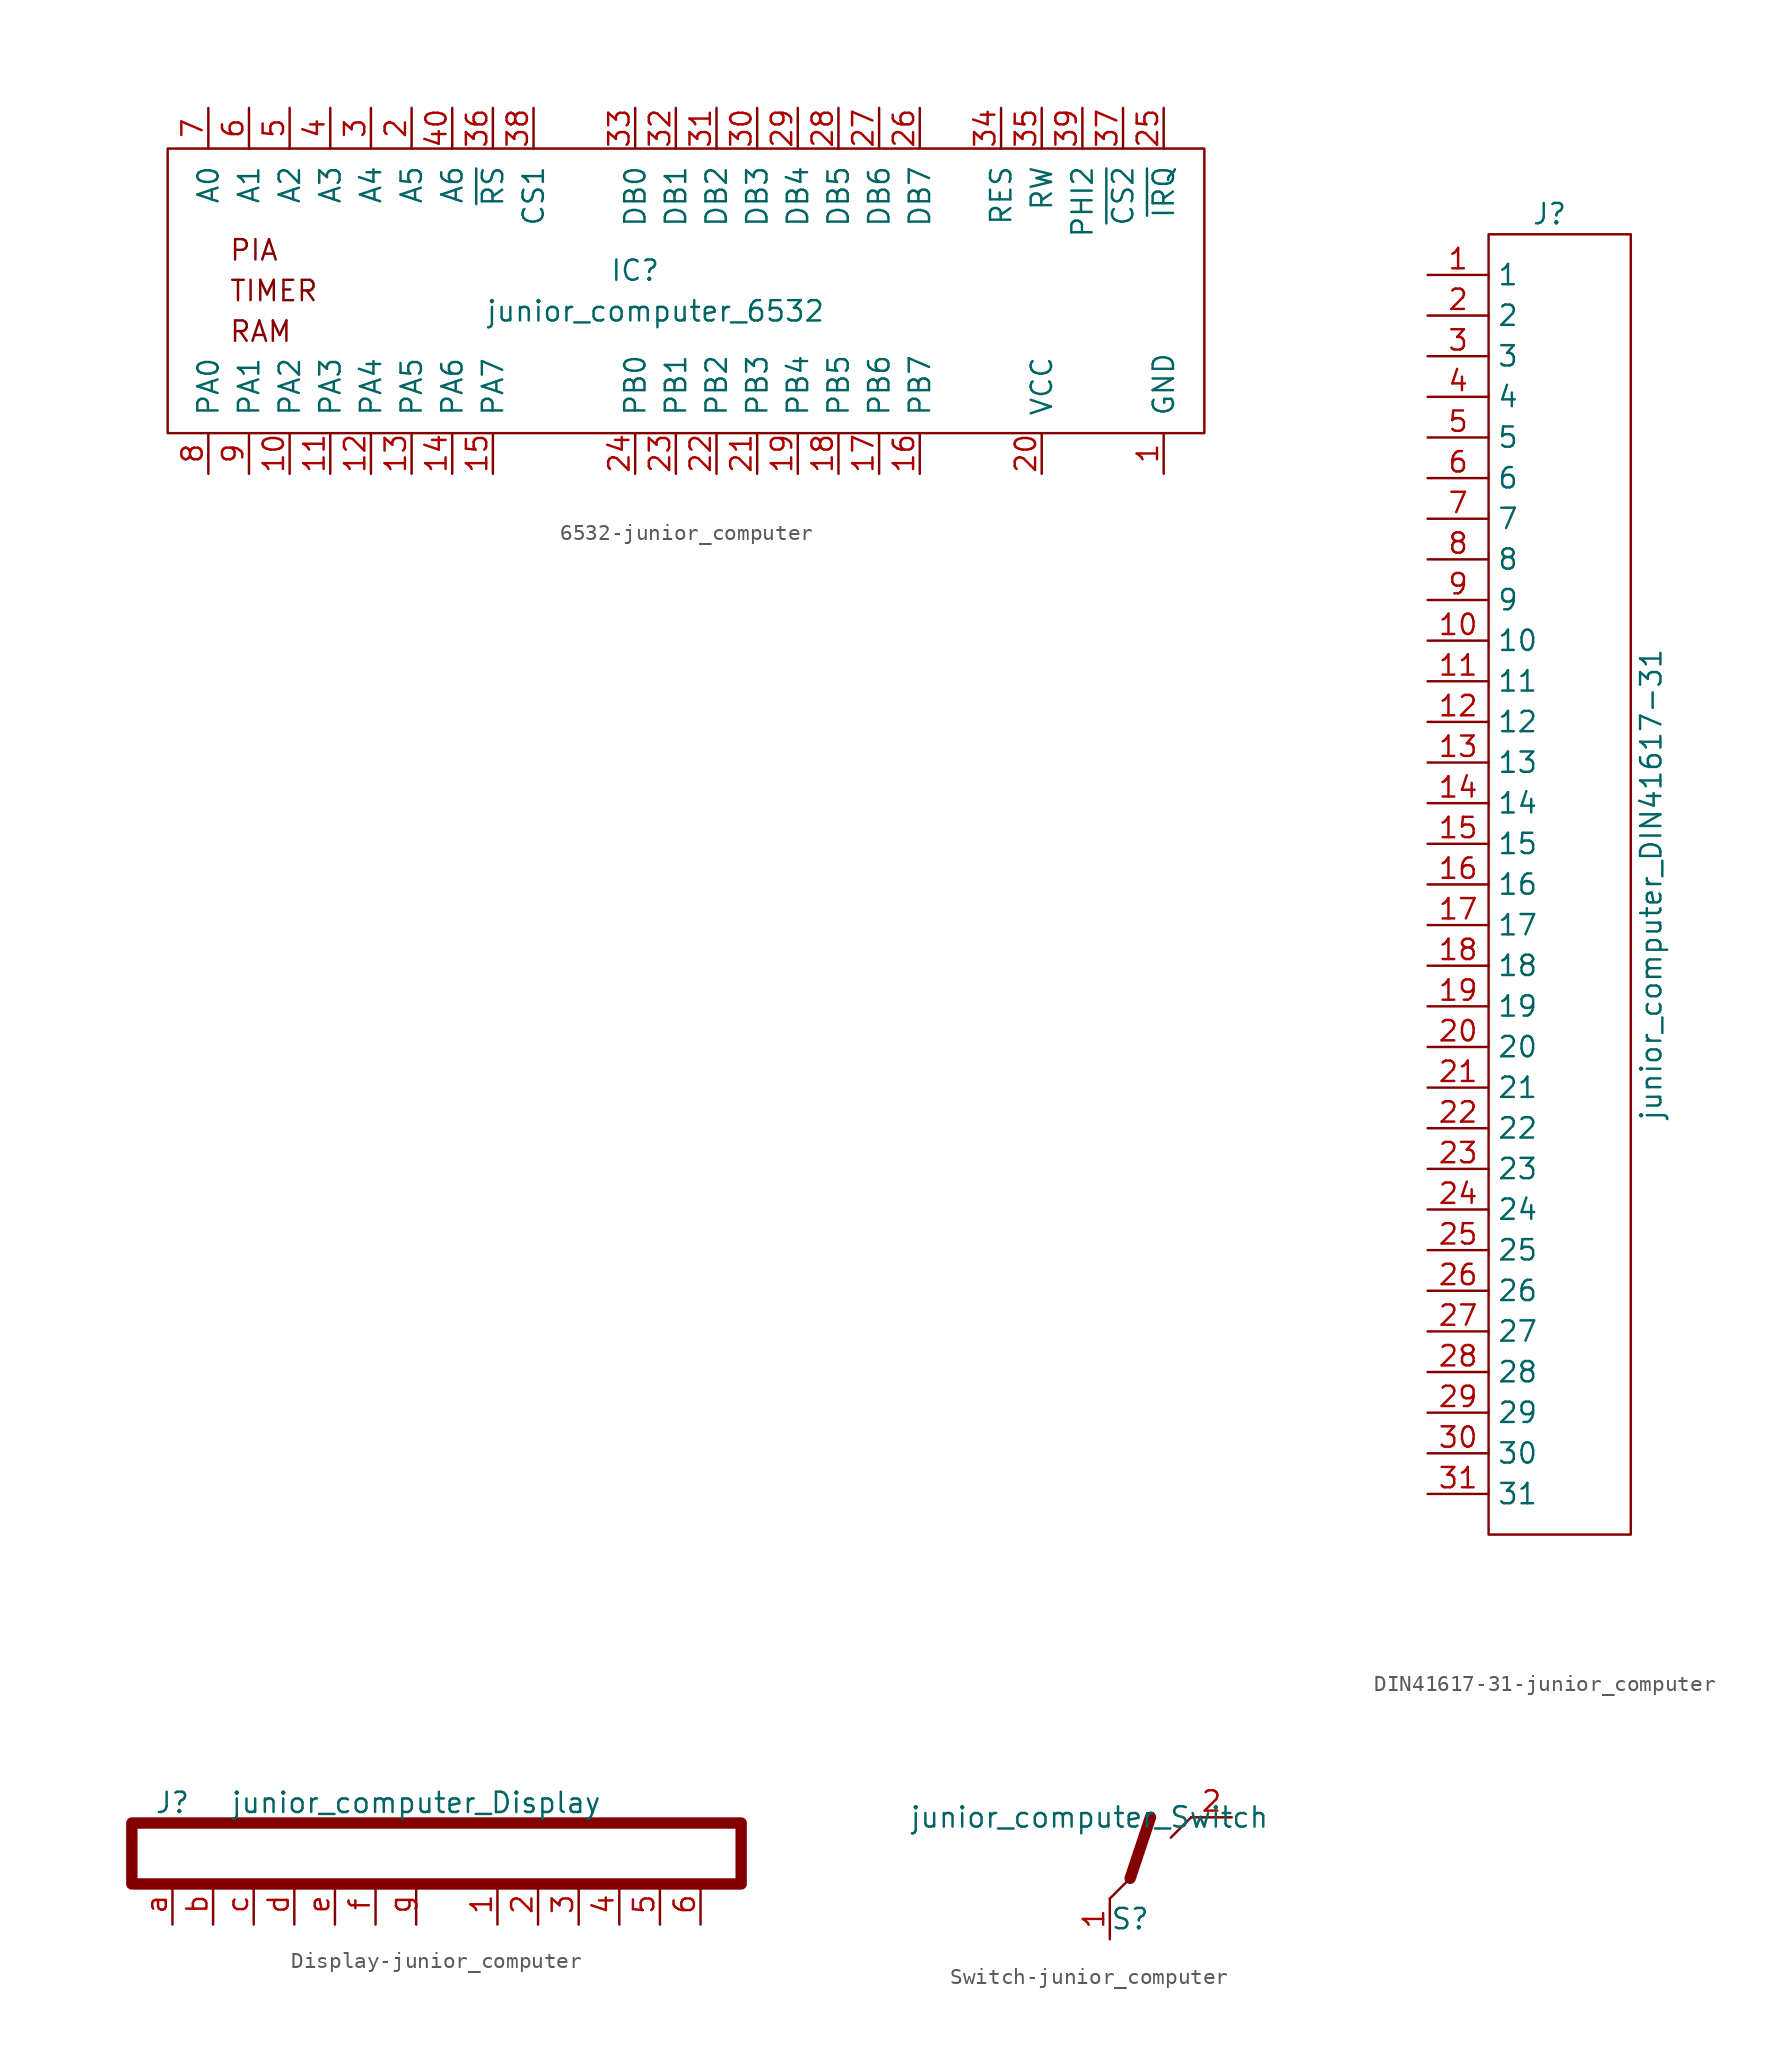
<source format=kicad_sym>
(kicad_symbol_lib
  (version 20231120)
  (generator "kicad_symbol_editor")
  (generator_version "8.0")
  (symbol "6532-junior_computer"
    (pin_names
      (offset 1.016))
    (property "Reference" "IC"
      (at 5.08 1.27 0)
      (effects (font (size 1.27 1.27))))
    (property "Value" "junior_computer_6532"
      (at 6.35 -1.27 0)
      (effects (font (size 1.27 1.27))))
    (symbol "6532-junior_computer_0_0"
      (rectangle (start -24.13 8.89) (end 40.64 -8.89) (stroke (width 0) (type solid)) (fill (type none)))
      (text "PIA" (at -20.32 2.54 0) (effects (font (size 1.27 1.27)) (justify left)))
      (text "RAM" (at -20.32 -2.54 0) (effects (font (size 1.27 1.27)) (justify left)))
      (text "TIMER" (at -20.32 0 0) (effects (font (size 1.27 1.27)) (justify left))))
    (symbol "6532-junior_computer_1_1"
      (pin power_in line (at 38.1 -11.43 90) (length 2.54) (name "GND" (effects (font (size 1.27 1.27)))) (number "1" (effects (font (size 1.27 1.27)))))
      (pin bidirectional line (at -16.51 -11.43 90) (length 2.54) (name "PA2" (effects (font (size 1.27 1.27)))) (number "10" (effects (font (size 1.27 1.27)))))
      (pin bidirectional line (at -13.97 -11.43 90) (length 2.54) (name "PA3" (effects (font (size 1.27 1.27)))) (number "11" (effects (font (size 1.27 1.27)))))
      (pin bidirectional line (at -11.43 -11.43 90) (length 2.54) (name "PA4" (effects (font (size 1.27 1.27)))) (number "12" (effects (font (size 1.27 1.27)))))
      (pin bidirectional line (at -8.89 -11.43 90) (length 2.54) (name "PA5" (effects (font (size 1.27 1.27)))) (number "13" (effects (font (size 1.27 1.27)))))
      (pin bidirectional line (at -6.35 -11.43 90) (length 2.54) (name "PA6" (effects (font (size 1.27 1.27)))) (number "14" (effects (font (size 1.27 1.27)))))
      (pin bidirectional line (at -3.81 -11.43 90) (length 2.54) (name "PA7" (effects (font (size 1.27 1.27)))) (number "15" (effects (font (size 1.27 1.27)))))
      (pin bidirectional line (at 22.86 -11.43 90) (length 2.54) (name "PB7" (effects (font (size 1.27 1.27)))) (number "16" (effects (font (size 1.27 1.27)))))
      (pin bidirectional line (at 20.32 -11.43 90) (length 2.54) (name "PB6" (effects (font (size 1.27 1.27)))) (number "17" (effects (font (size 1.27 1.27)))))
      (pin bidirectional line (at 17.78 -11.43 90) (length 2.54) (name "PB5" (effects (font (size 1.27 1.27)))) (number "18" (effects (font (size 1.27 1.27)))))
      (pin bidirectional line (at 15.24 -11.43 90) (length 2.54) (name "PB4" (effects (font (size 1.27 1.27)))) (number "19" (effects (font (size 1.27 1.27)))))
      (pin input line (at -8.89 11.43 270) (length 2.54) (name "A5" (effects (font (size 1.27 1.27)))) (number "2" (effects (font (size 1.27 1.27)))))
      (pin power_in line (at 30.48 -11.43 90) (length 2.54) (name "VCC" (effects (font (size 1.27 1.27)))) (number "20" (effects (font (size 1.27 1.27)))))
      (pin bidirectional line (at 12.7 -11.43 90) (length 2.54) (name "PB3" (effects (font (size 1.27 1.27)))) (number "21" (effects (font (size 1.27 1.27)))))
      (pin bidirectional line (at 10.16 -11.43 90) (length 2.54) (name "PB2" (effects (font (size 1.27 1.27)))) (number "22" (effects (font (size 1.27 1.27)))))
      (pin bidirectional line (at 7.62 -11.43 90) (length 2.54) (name "PB1" (effects (font (size 1.27 1.27)))) (number "23" (effects (font (size 1.27 1.27)))))
      (pin bidirectional line (at 5.08 -11.43 90) (length 2.54) (name "PB0" (effects (font (size 1.27 1.27)))) (number "24" (effects (font (size 1.27 1.27)))))
      (pin input line (at 38.1 11.43 270) (length 2.54) (name "~{IRQ}" (effects (font (size 1.27 1.27)))) (number "25" (effects (font (size 1.27 1.27)))))
      (pin bidirectional line (at 22.86 11.43 270) (length 2.54) (name "DB7" (effects (font (size 1.27 1.27)))) (number "26" (effects (font (size 1.27 1.27)))))
      (pin bidirectional line (at 20.32 11.43 270) (length 2.54) (name "DB6" (effects (font (size 1.27 1.27)))) (number "27" (effects (font (size 1.27 1.27)))))
      (pin bidirectional line (at 17.78 11.43 270) (length 2.54) (name "DB5" (effects (font (size 1.27 1.27)))) (number "28" (effects (font (size 1.27 1.27)))))
      (pin bidirectional line (at 15.24 11.43 270) (length 2.54) (name "DB4" (effects (font (size 1.27 1.27)))) (number "29" (effects (font (size 1.27 1.27)))))
      (pin input line (at -11.43 11.43 270) (length 2.54) (name "A4" (effects (font (size 1.27 1.27)))) (number "3" (effects (font (size 1.27 1.27)))))
      (pin bidirectional line (at 12.7 11.43 270) (length 2.54) (name "DB3" (effects (font (size 1.27 1.27)))) (number "30" (effects (font (size 1.27 1.27)))))
      (pin bidirectional line (at 10.16 11.43 270) (length 2.54) (name "DB2" (effects (font (size 1.27 1.27)))) (number "31" (effects (font (size 1.27 1.27)))))
      (pin bidirectional line (at 7.62 11.43 270) (length 2.54) (name "DB1" (effects (font (size 1.27 1.27)))) (number "32" (effects (font (size 1.27 1.27)))))
      (pin bidirectional line (at 5.08 11.43 270) (length 2.54) (name "DB0" (effects (font (size 1.27 1.27)))) (number "33" (effects (font (size 1.27 1.27)))))
      (pin input line (at 27.94 11.43 270) (length 2.54) (name "RES" (effects (font (size 1.27 1.27)))) (number "34" (effects (font (size 1.27 1.27)))))
      (pin input line (at 30.48 11.43 270) (length 2.54) (name "RW" (effects (font (size 1.27 1.27)))) (number "35" (effects (font (size 1.27 1.27)))))
      (pin input line (at -3.81 11.43 270) (length 2.54) (name "~{RS}" (effects (font (size 1.27 1.27)))) (number "36" (effects (font (size 1.27 1.27)))))
      (pin input line (at 35.56 11.43 270) (length 2.54) (name "~{CS2}" (effects (font (size 1.27 1.27)))) (number "37" (effects (font (size 1.27 1.27)))))
      (pin input line (at -1.27 11.43 270) (length 2.54) (name "CS1" (effects (font (size 1.27 1.27)))) (number "38" (effects (font (size 1.27 1.27)))))
      (pin input line (at 33.02 11.43 270) (length 2.54) (name "PHI2" (effects (font (size 1.27 1.27)))) (number "39" (effects (font (size 1.27 1.27)))))
      (pin input line (at -13.97 11.43 270) (length 2.54) (name "A3" (effects (font (size 1.27 1.27)))) (number "4" (effects (font (size 1.27 1.27)))))
      (pin input line (at -6.35 11.43 270) (length 2.54) (name "A6" (effects (font (size 1.27 1.27)))) (number "40" (effects (font (size 1.27 1.27)))))
      (pin input line (at -16.51 11.43 270) (length 2.54) (name "A2" (effects (font (size 1.27 1.27)))) (number "5" (effects (font (size 1.27 1.27)))))
      (pin input line (at -19.05 11.43 270) (length 2.54) (name "A1" (effects (font (size 1.27 1.27)))) (number "6" (effects (font (size 1.27 1.27)))))
      (pin input line (at -21.59 11.43 270) (length 2.54) (name "A0" (effects (font (size 1.27 1.27)))) (number "7" (effects (font (size 1.27 1.27)))))
      (pin bidirectional line (at -21.59 -11.43 90) (length 2.54) (name "PA0" (effects (font (size 1.27 1.27)))) (number "8" (effects (font (size 1.27 1.27)))))
      (pin bidirectional line (at -19.05 -11.43 90) (length 2.54) (name "PA1" (effects (font (size 1.27 1.27)))) (number "9" (effects (font (size 1.27 1.27)))))))
  (symbol "DIN41617-31-junior_computer"
    (property "Reference" "J"
      (at 0 85.09 0)
      (effects (font (size 1.27 1.27))))
    (property "Value" "junior_computer_DIN41617-31"
      (at 6.35 43.18 90)
      (effects (font (size 1.27 1.27))))
    (symbol "DIN41617-31-junior_computer_0_1"
      (rectangle (start -3.81 83.82) (end 5.08 2.54) (stroke (width 0) (type solid)) (fill (type none))))
    (symbol "DIN41617-31-junior_computer_1_1"
      (pin passive line (at -7.62 81.28 0) (length 3.81) (name "1" (effects (font (size 1.27 1.27)))) (number "1" (effects (font (size 1.27 1.27)))))
      (pin passive line (at -7.62 58.42 0) (length 3.81) (name "10" (effects (font (size 1.27 1.27)))) (number "10" (effects (font (size 1.27 1.27)))))
      (pin passive line (at -7.62 55.88 0) (length 3.81) (name "11" (effects (font (size 1.27 1.27)))) (number "11" (effects (font (size 1.27 1.27)))))
      (pin passive line (at -7.62 53.34 0) (length 3.81) (name "12" (effects (font (size 1.27 1.27)))) (number "12" (effects (font (size 1.27 1.27)))))
      (pin passive line (at -7.62 50.8 0) (length 3.81) (name "13" (effects (font (size 1.27 1.27)))) (number "13" (effects (font (size 1.27 1.27)))))
      (pin passive line (at -7.62 48.26 0) (length 3.81) (name "14" (effects (font (size 1.27 1.27)))) (number "14" (effects (font (size 1.27 1.27)))))
      (pin passive line (at -7.62 45.72 0) (length 3.81) (name "15" (effects (font (size 1.27 1.27)))) (number "15" (effects (font (size 1.27 1.27)))))
      (pin passive line (at -7.62 43.18 0) (length 3.81) (name "16" (effects (font (size 1.27 1.27)))) (number "16" (effects (font (size 1.27 1.27)))))
      (pin passive line (at -7.62 40.64 0) (length 3.81) (name "17" (effects (font (size 1.27 1.27)))) (number "17" (effects (font (size 1.27 1.27)))))
      (pin passive line (at -7.62 38.1 0) (length 3.81) (name "18" (effects (font (size 1.27 1.27)))) (number "18" (effects (font (size 1.27 1.27)))))
      (pin passive line (at -7.62 35.56 0) (length 3.81) (name "19" (effects (font (size 1.27 1.27)))) (number "19" (effects (font (size 1.27 1.27)))))
      (pin passive line (at -7.62 78.74 0) (length 3.81) (name "2" (effects (font (size 1.27 1.27)))) (number "2" (effects (font (size 1.27 1.27)))))
      (pin passive line (at -7.62 33.02 0) (length 3.81) (name "20" (effects (font (size 1.27 1.27)))) (number "20" (effects (font (size 1.27 1.27)))))
      (pin passive line (at -7.62 30.48 0) (length 3.81) (name "21" (effects (font (size 1.27 1.27)))) (number "21" (effects (font (size 1.27 1.27)))))
      (pin passive line (at -7.62 27.94 0) (length 3.81) (name "22" (effects (font (size 1.27 1.27)))) (number "22" (effects (font (size 1.27 1.27)))))
      (pin passive line (at -7.62 25.4 0) (length 3.81) (name "23" (effects (font (size 1.27 1.27)))) (number "23" (effects (font (size 1.27 1.27)))))
      (pin passive line (at -7.62 22.86 0) (length 3.81) (name "24" (effects (font (size 1.27 1.27)))) (number "24" (effects (font (size 1.27 1.27)))))
      (pin passive line (at -7.62 20.32 0) (length 3.81) (name "25" (effects (font (size 1.27 1.27)))) (number "25" (effects (font (size 1.27 1.27)))))
      (pin passive line (at -7.62 17.78 0) (length 3.81) (name "26" (effects (font (size 1.27 1.27)))) (number "26" (effects (font (size 1.27 1.27)))))
      (pin passive line (at -7.62 15.24 0) (length 3.81) (name "27" (effects (font (size 1.27 1.27)))) (number "27" (effects (font (size 1.27 1.27)))))
      (pin passive line (at -7.62 12.7 0) (length 3.81) (name "28" (effects (font (size 1.27 1.27)))) (number "28" (effects (font (size 1.27 1.27)))))
      (pin passive line (at -7.62 10.16 0) (length 3.81) (name "29" (effects (font (size 1.27 1.27)))) (number "29" (effects (font (size 1.27 1.27)))))
      (pin passive line (at -7.62 76.2 0) (length 3.81) (name "3" (effects (font (size 1.27 1.27)))) (number "3" (effects (font (size 1.27 1.27)))))
      (pin passive line (at -7.62 7.62 0) (length 3.81) (name "30" (effects (font (size 1.27 1.27)))) (number "30" (effects (font (size 1.27 1.27)))))
      (pin passive line (at -7.62 5.08 0) (length 3.81) (name "31" (effects (font (size 1.27 1.27)))) (number "31" (effects (font (size 1.27 1.27)))))
      (pin passive line (at -7.62 73.66 0) (length 3.81) (name "4" (effects (font (size 1.27 1.27)))) (number "4" (effects (font (size 1.27 1.27)))))
      (pin passive line (at -7.62 71.12 0) (length 3.81) (name "5" (effects (font (size 1.27 1.27)))) (number "5" (effects (font (size 1.27 1.27)))))
      (pin passive line (at -7.62 68.58 0) (length 3.81) (name "6" (effects (font (size 1.27 1.27)))) (number "6" (effects (font (size 1.27 1.27)))))
      (pin passive line (at -7.62 66.04 0) (length 3.81) (name "7" (effects (font (size 1.27 1.27)))) (number "7" (effects (font (size 1.27 1.27)))))
      (pin passive line (at -7.62 63.5 0) (length 3.81) (name "8" (effects (font (size 1.27 1.27)))) (number "8" (effects (font (size 1.27 1.27)))))
      (pin passive line (at -7.62 60.96 0) (length 3.81) (name "9" (effects (font (size 1.27 1.27)))) (number "9" (effects (font (size 1.27 1.27)))))))
  (symbol "Display-junior_computer"
    (pin_names
      (offset 1.016))
    (property "Reference" "J"
      (at -10.16 -2.54 0)
      (effects (font (size 1.27 1.27))))
    (property "Value" "junior_computer_Display"
      (at 5.08 -2.54 0)
      (effects (font (size 1.27 1.27))))
    (symbol "Display-junior_computer_0_1"
      (rectangle (start 25.4 -7.62) (end -12.7 -3.81) (stroke (width 0.711) (type solid)) (fill (type none))))
    (symbol "Display-junior_computer_1_1"
      (pin input line (at 10.16 -10.16 90) (length 2.54) (name "~" (effects (font (size 1.27 1.27)))) (number "1" (effects (font (size 1.27 1.27)))))
      (pin input line (at 12.7 -10.16 90) (length 2.54) (name "~" (effects (font (size 1.27 1.27)))) (number "2" (effects (font (size 1.27 1.27)))))
      (pin input line (at 15.24 -10.16 90) (length 2.54) (name "~" (effects (font (size 1.27 1.27)))) (number "3" (effects (font (size 1.27 1.27)))))
      (pin input line (at 17.78 -10.16 90) (length 2.54) (name "~" (effects (font (size 1.27 1.27)))) (number "4" (effects (font (size 1.27 1.27)))))
      (pin input line (at 20.32 -10.16 90) (length 2.54) (name "~" (effects (font (size 1.27 1.27)))) (number "5" (effects (font (size 1.27 1.27)))))
      (pin input line (at 22.86 -10.16 90) (length 2.54) (name "~" (effects (font (size 1.27 1.27)))) (number "6" (effects (font (size 1.27 1.27)))))
      (pin input line (at -10.16 -10.16 90) (length 2.54) (name "~" (effects (font (size 1.27 1.27)))) (number "a" (effects (font (size 1.27 1.27)))))
      (pin input line (at -7.62 -10.16 90) (length 2.54) (name "~" (effects (font (size 1.27 1.27)))) (number "b" (effects (font (size 1.27 1.27)))))
      (pin input line (at -5.08 -10.16 90) (length 2.54) (name "~" (effects (font (size 1.27 1.27)))) (number "c" (effects (font (size 1.27 1.27)))))
      (pin input line (at -2.54 -10.16 90) (length 2.54) (name "~" (effects (font (size 1.27 1.27)))) (number "d" (effects (font (size 1.27 1.27)))))
      (pin input line (at 0 -10.16 90) (length 2.54) (name "~" (effects (font (size 1.27 1.27)))) (number "e" (effects (font (size 1.27 1.27)))))
      (pin input line (at 2.54 -10.16 90) (length 2.54) (name "~" (effects (font (size 1.27 1.27)))) (number "f" (effects (font (size 1.27 1.27)))))
      (pin input line (at 5.08 -10.16 90) (length 2.54) (name "~" (effects (font (size 1.27 1.27)))) (number "g" (effects (font (size 1.27 1.27)))))))
  (symbol "Switch-junior_computer"
    (pin_names
      (offset 1.016))
    (property "Reference" "S"
      (at -1.27 -2.54 0)
      (effects (font (size 1.27 1.27))))
    (property "Value" "junior_computer_Switch"
      (at -3.81 3.81 0)
      (effects (font (size 1.27 1.27))))
    (symbol "Switch-junior_computer_0_1"
      (polyline (pts (xy -2.54 -1.27) (xy -1.27 0)) (stroke (width 0) (type solid)) (fill (type none)))
      (polyline (pts (xy -1.27 0) (xy 0 3.81)) (stroke (width 0.711) (type solid)) (fill (type none)))
      (polyline (pts (xy 2.54 3.81) (xy 1.27 2.54)) (stroke (width 0) (type solid)) (fill (type none))))
    (symbol "Switch-junior_computer_1_1"
      (pin input line (at -2.54 -3.81 90) (length 2.54) (name "~" (effects (font (size 1.27 1.27)))) (number "1" (effects (font (size 1.27 1.27)))))
      (pin input line (at 5.08 3.81 180) (length 2.54) (name "~" (effects (font (size 1.27 1.27)))) (number "2" (effects (font (size 1.27 1.27))))))))
</source>
